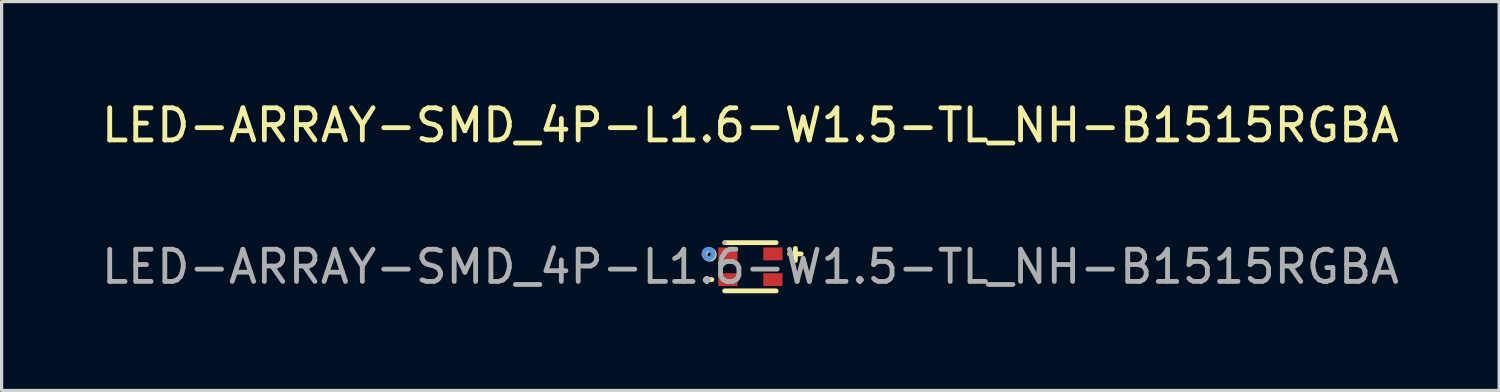
<source format=kicad_pcb>
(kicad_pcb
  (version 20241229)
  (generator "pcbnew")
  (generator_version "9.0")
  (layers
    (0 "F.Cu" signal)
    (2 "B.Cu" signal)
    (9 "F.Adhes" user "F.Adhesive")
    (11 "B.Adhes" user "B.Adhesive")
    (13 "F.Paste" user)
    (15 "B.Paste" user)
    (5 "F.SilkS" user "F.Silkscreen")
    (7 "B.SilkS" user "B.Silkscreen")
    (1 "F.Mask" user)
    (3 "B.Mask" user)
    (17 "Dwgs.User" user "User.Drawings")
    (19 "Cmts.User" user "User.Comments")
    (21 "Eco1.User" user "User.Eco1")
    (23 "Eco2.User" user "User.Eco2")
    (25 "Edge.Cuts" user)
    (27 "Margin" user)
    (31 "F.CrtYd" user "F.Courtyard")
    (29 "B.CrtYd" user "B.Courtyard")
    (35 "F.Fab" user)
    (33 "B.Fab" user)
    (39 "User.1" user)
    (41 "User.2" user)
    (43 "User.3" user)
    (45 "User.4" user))
  (footprint "LED-ARRAY-SMD_4P-L1.6-W1.5-TL_NH-B1515RGBA"
    (layer "F.Cu")
    (at 20.292 5.248)
    (property "Reference" "LED-ARRAY-SMD_4P-L1.6-W1.5-TL_NH-B1515RGBA" (at 0 -4.4 0) (layer "F.SilkS") (effects (font (size 1 1) (thickness 0.15))))
    (attr smd)
    (fp_line (start -1.4 0.4) (end -1.2 0.4) (stroke (width 0.15) (type solid)) (layer "F.SilkS"))
    (fp_line (start -0.8 -0.75) (end 0.8 -0.75) (stroke (width 0.15) (type solid)) (layer "F.SilkS"))
    (fp_line (start -0.8 0.75) (end 0.8 0.75) (stroke (width 0.15) (type solid)) (layer "F.SilkS"))
    (fp_line (start 1.22 -0.4) (end 1.58 -0.4) (stroke (width 0.15) (type solid)) (layer "F.SilkS"))
    (fp_line (start 1.4 -0.2) (end 1.4 -0.57) (stroke (width 0.15) (type solid)) (layer "F.SilkS"))
    (fp_circle (center -1.27 -0.38) (end -1.2 -0.38) (stroke (width 0.15) (type solid)) (fill no) (layer "F.SilkS"))
    (fp_circle (center -1.3 -0.4) (end -1.23 -0.4) (stroke (width 0.15) (type solid)) (fill no) (layer "Cmts.User"))
    (fp_circle (center -0.8 -0.75) (end -0.77 -0.75) (stroke (width 0.06) (type solid)) (fill no) (layer "F.Fab"))
    (fp_text user "${REFERENCE}" (at 0 0 0) (layer "F.Fab") (effects (font (size 1 1) (thickness 0.15))))
    (pad "1" smd rect (at -0.7 -0.4 270) (size 0.4 0.6) (layers "F.Cu" "F.Mask" "F.Paste"))
    (pad "2" smd rect (at 0.7 -0.4 270) (size 0.4 0.6) (layers "F.Cu" "F.Mask" "F.Paste"))
    (pad "3" smd rect (at 0.7 0.4 270) (size 0.4 0.6) (layers "F.Cu" "F.Mask" "F.Paste"))
    (pad "4" smd rect (at -0.7 0.4 270) (size 0.4 0.6) (layers "F.Cu" "F.Mask" "F.Paste")))
  (gr_rect
    (start -3 -3)
    (end 43.583 9.097)
    (stroke (width 0.1) (type default))
    (fill no)
    (layer "Edge.Cuts")))
</source>
